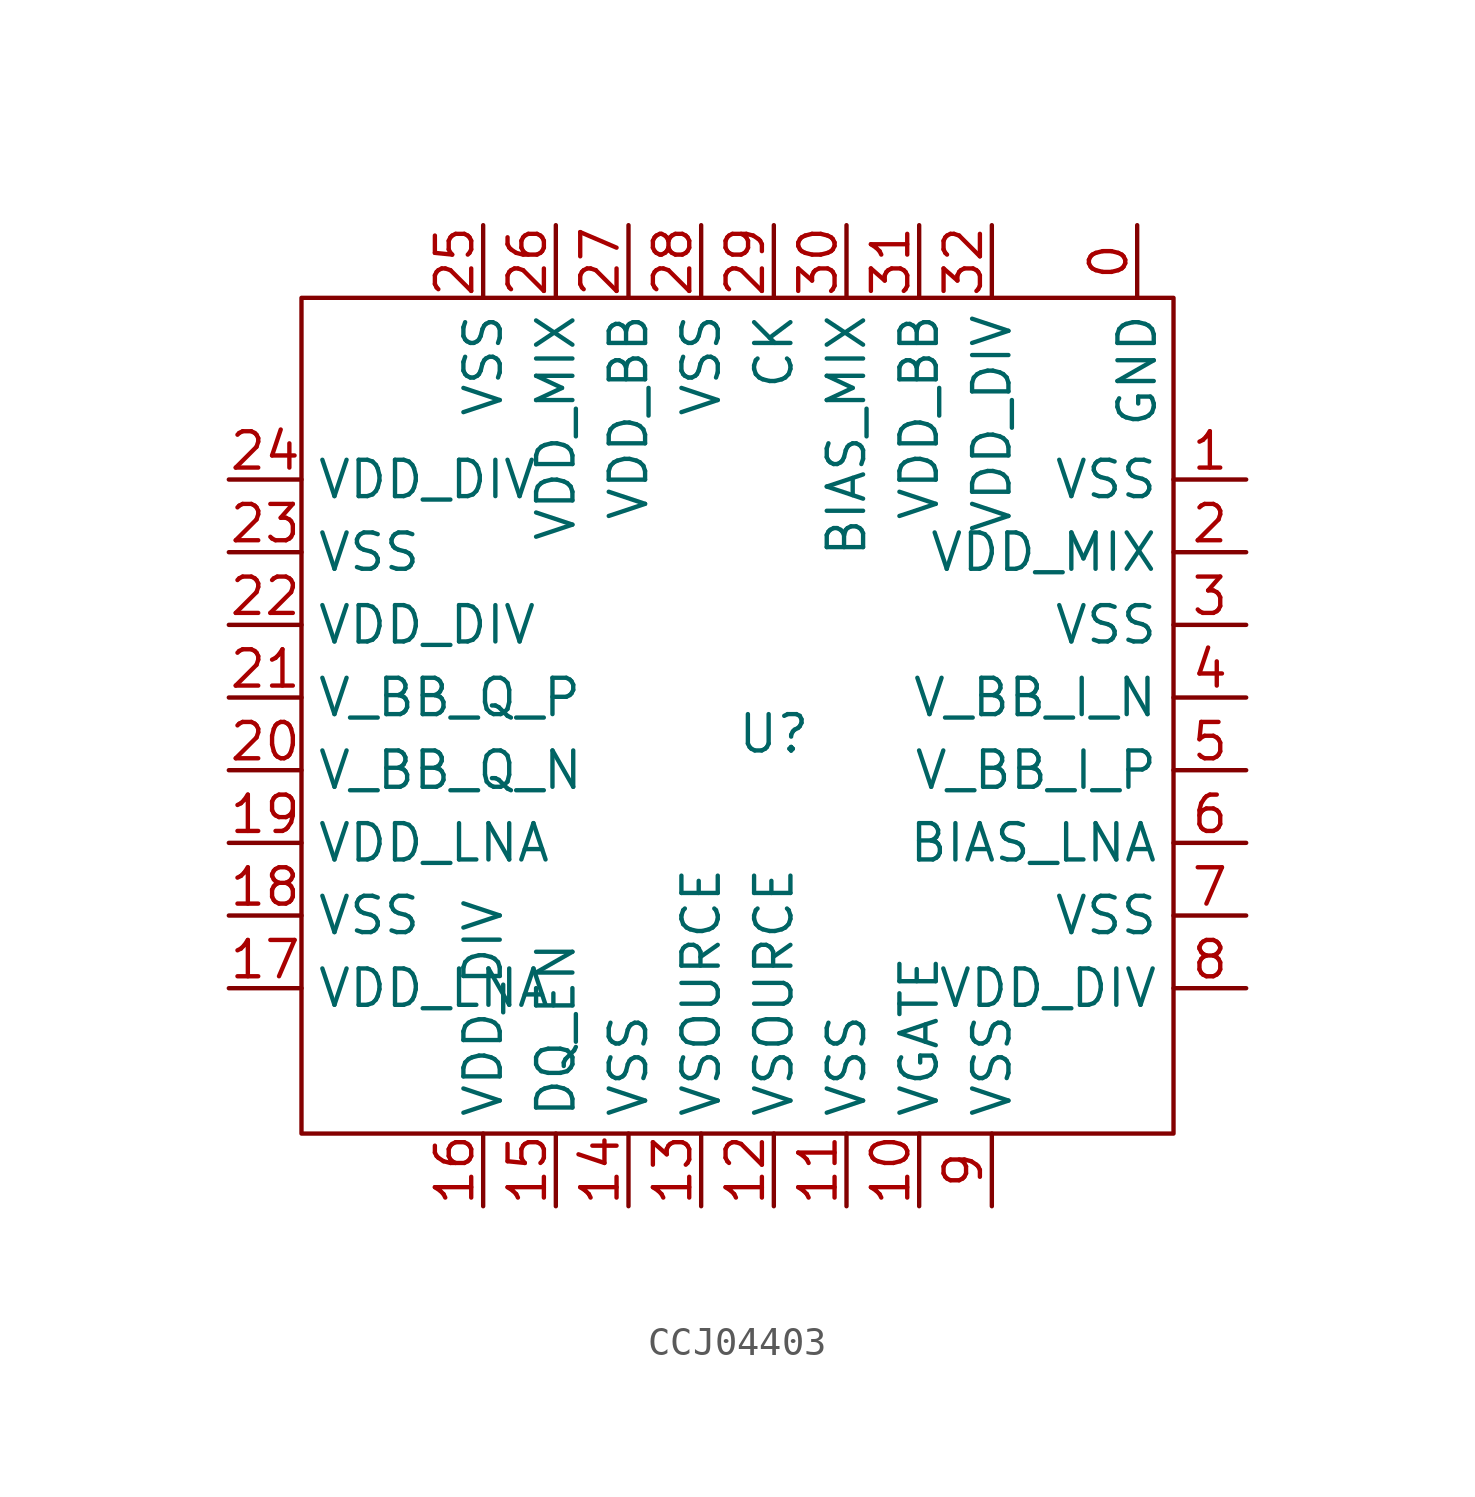
<source format=kicad_sym>
(kicad_symbol_lib
  (version 20241209)
  (generator "kicad_symbol_editor")
  (generator_version "9.0")
  (symbol "CCJ04403"
    (property "Reference" "U"
      (at 0 0 0)
      (effects (font (size 1.27 1.27))))
    (property "Value" ""
      (at -1.27 0 0)
      (effects (font (size 1.27 1.27))))
    (symbol "CCJ04403_0_1"
      (rectangle (start -16.51 15.24) (end 13.97 -13.97) (stroke (width 0) (type default)) (fill (type none))))
    (symbol "CCJ04403_1_1"
      (pin power_in line (at -19.05 8.89 0) (length 2.54) (name "VDD_DIV" (effects (font (size 1.27 1.27)))) (number "24" (effects (font (size 1.27 1.27)))))
      (pin power_in line (at -19.05 6.35 0) (length 2.54) (name "VSS" (effects (font (size 1.27 1.27)))) (number "23" (effects (font (size 1.27 1.27)))))
      (pin power_in line (at -19.05 3.81 0) (length 2.54) (name "VDD_DIV" (effects (font (size 1.27 1.27)))) (number "22" (effects (font (size 1.27 1.27)))))
      (pin output line (at -19.05 1.27 0) (length 2.54) (name "V_BB_Q_P" (effects (font (size 1.27 1.27)))) (number "21" (effects (font (size 1.27 1.27)))))
      (pin output line (at -19.05 -1.27 0) (length 2.54) (name "V_BB_Q_N" (effects (font (size 1.27 1.27)))) (number "20" (effects (font (size 1.27 1.27)))))
      (pin power_in line (at -19.05 -3.81 0) (length 2.54) (name "VDD_LNA" (effects (font (size 1.27 1.27)))) (number "19" (effects (font (size 1.27 1.27)))))
      (pin power_in line (at -19.05 -6.35 0) (length 2.54) (name "VSS" (effects (font (size 1.27 1.27)))) (number "18" (effects (font (size 1.27 1.27)))))
      (pin power_in line (at -19.05 -8.89 0) (length 2.54) (name "VDD_LNA" (effects (font (size 1.27 1.27)))) (number "17" (effects (font (size 1.27 1.27)))))
      (pin power_in line (at -10.16 17.78 270) (length 2.54) (name "VSS" (effects (font (size 1.27 1.27)))) (number "25" (effects (font (size 1.27 1.27)))))
      (pin power_in line (at -10.16 -16.51 90) (length 2.54) (name "VDD_DIV" (effects (font (size 1.27 1.27)))) (number "16" (effects (font (size 1.27 1.27)))))
      (pin power_in line (at -7.62 17.78 270) (length 2.54) (name "VDD_MIX" (effects (font (size 1.27 1.27)))) (number "26" (effects (font (size 1.27 1.27)))))
      (pin bidirectional line (at -7.62 -16.51 90) (length 2.54) (name "DQ_EN" (effects (font (size 1.27 1.27)))) (number "15" (effects (font (size 1.27 1.27)))))
      (pin power_in line (at -5.08 17.78 270) (length 2.54) (name "VDD_BB" (effects (font (size 1.27 1.27)))) (number "27" (effects (font (size 1.27 1.27)))))
      (pin power_in line (at -5.08 -16.51 90) (length 2.54) (name "VSS" (effects (font (size 1.27 1.27)))) (number "14" (effects (font (size 1.27 1.27)))))
      (pin power_in line (at -2.54 17.78 270) (length 2.54) (name "VSS" (effects (font (size 1.27 1.27)))) (number "28" (effects (font (size 1.27 1.27)))))
      (pin bidirectional line (at -2.54 -16.51 90) (length 2.54) (name "VSOURCE" (effects (font (size 1.27 1.27)))) (number "13" (effects (font (size 1.27 1.27)))))
      (pin input line (at 0 17.78 270) (length 2.54) (name "CK" (effects (font (size 1.27 1.27)))) (number "29" (effects (font (size 1.27 1.27)))))
      (pin bidirectional line (at 0 -16.51 90) (length 2.54) (name "VSOURCE" (effects (font (size 1.27 1.27)))) (number "12" (effects (font (size 1.27 1.27)))))
      (pin bidirectional line (at 2.54 17.78 270) (length 2.54) (name "BIAS_MIX" (effects (font (size 1.27 1.27)))) (number "30" (effects (font (size 1.27 1.27)))))
      (pin power_in line (at 2.54 -16.51 90) (length 2.54) (name "VSS" (effects (font (size 1.27 1.27)))) (number "11" (effects (font (size 1.27 1.27)))))
      (pin power_in line (at 5.08 17.78 270) (length 2.54) (name "VDD_BB" (effects (font (size 1.27 1.27)))) (number "31" (effects (font (size 1.27 1.27)))))
      (pin input line (at 5.08 -16.51 90) (length 2.54) (name "VGATE" (effects (font (size 1.27 1.27)))) (number "10" (effects (font (size 1.27 1.27)))))
      (pin power_in line (at 7.62 17.78 270) (length 2.54) (name "VDD_DIV" (effects (font (size 1.27 1.27)))) (number "32" (effects (font (size 1.27 1.27)))))
      (pin power_in line (at 7.62 -16.51 90) (length 2.54) (name "VSS" (effects (font (size 1.27 1.27)))) (number "9" (effects (font (size 1.27 1.27)))))
      (pin power_in line (at 12.7 17.78 270) (length 2.54) (name "GND" (effects (font (size 1.27 1.27)))) (number "0" (effects (font (size 1.27 1.27)))))
      (pin power_in line (at 16.51 8.89 180) (length 2.54) (name "VSS" (effects (font (size 1.27 1.27)))) (number "1" (effects (font (size 1.27 1.27)))))
      (pin power_in line (at 16.51 6.35 180) (length 2.54) (name "VDD_MIX" (effects (font (size 1.27 1.27)))) (number "2" (effects (font (size 1.27 1.27)))))
      (pin power_in line (at 16.51 3.81 180) (length 2.54) (name "VSS" (effects (font (size 1.27 1.27)))) (number "3" (effects (font (size 1.27 1.27)))))
      (pin output line (at 16.51 1.27 180) (length 2.54) (name "V_BB_I_N" (effects (font (size 1.27 1.27)))) (number "4" (effects (font (size 1.27 1.27)))))
      (pin output line (at 16.51 -1.27 180) (length 2.54) (name "V_BB_I_P" (effects (font (size 1.27 1.27)))) (number "5" (effects (font (size 1.27 1.27)))))
      (pin bidirectional line (at 16.51 -3.81 180) (length 2.54) (name "BIAS_LNA" (effects (font (size 1.27 1.27)))) (number "6" (effects (font (size 1.27 1.27)))))
      (pin power_in line (at 16.51 -6.35 180) (length 2.54) (name "VSS" (effects (font (size 1.27 1.27)))) (number "7" (effects (font (size 1.27 1.27)))))
      (pin power_in line (at 16.51 -8.89 180) (length 2.54) (name "VDD_DIV" (effects (font (size 1.27 1.27)))) (number "8" (effects (font (size 1.27 1.27))))))))
</source>
